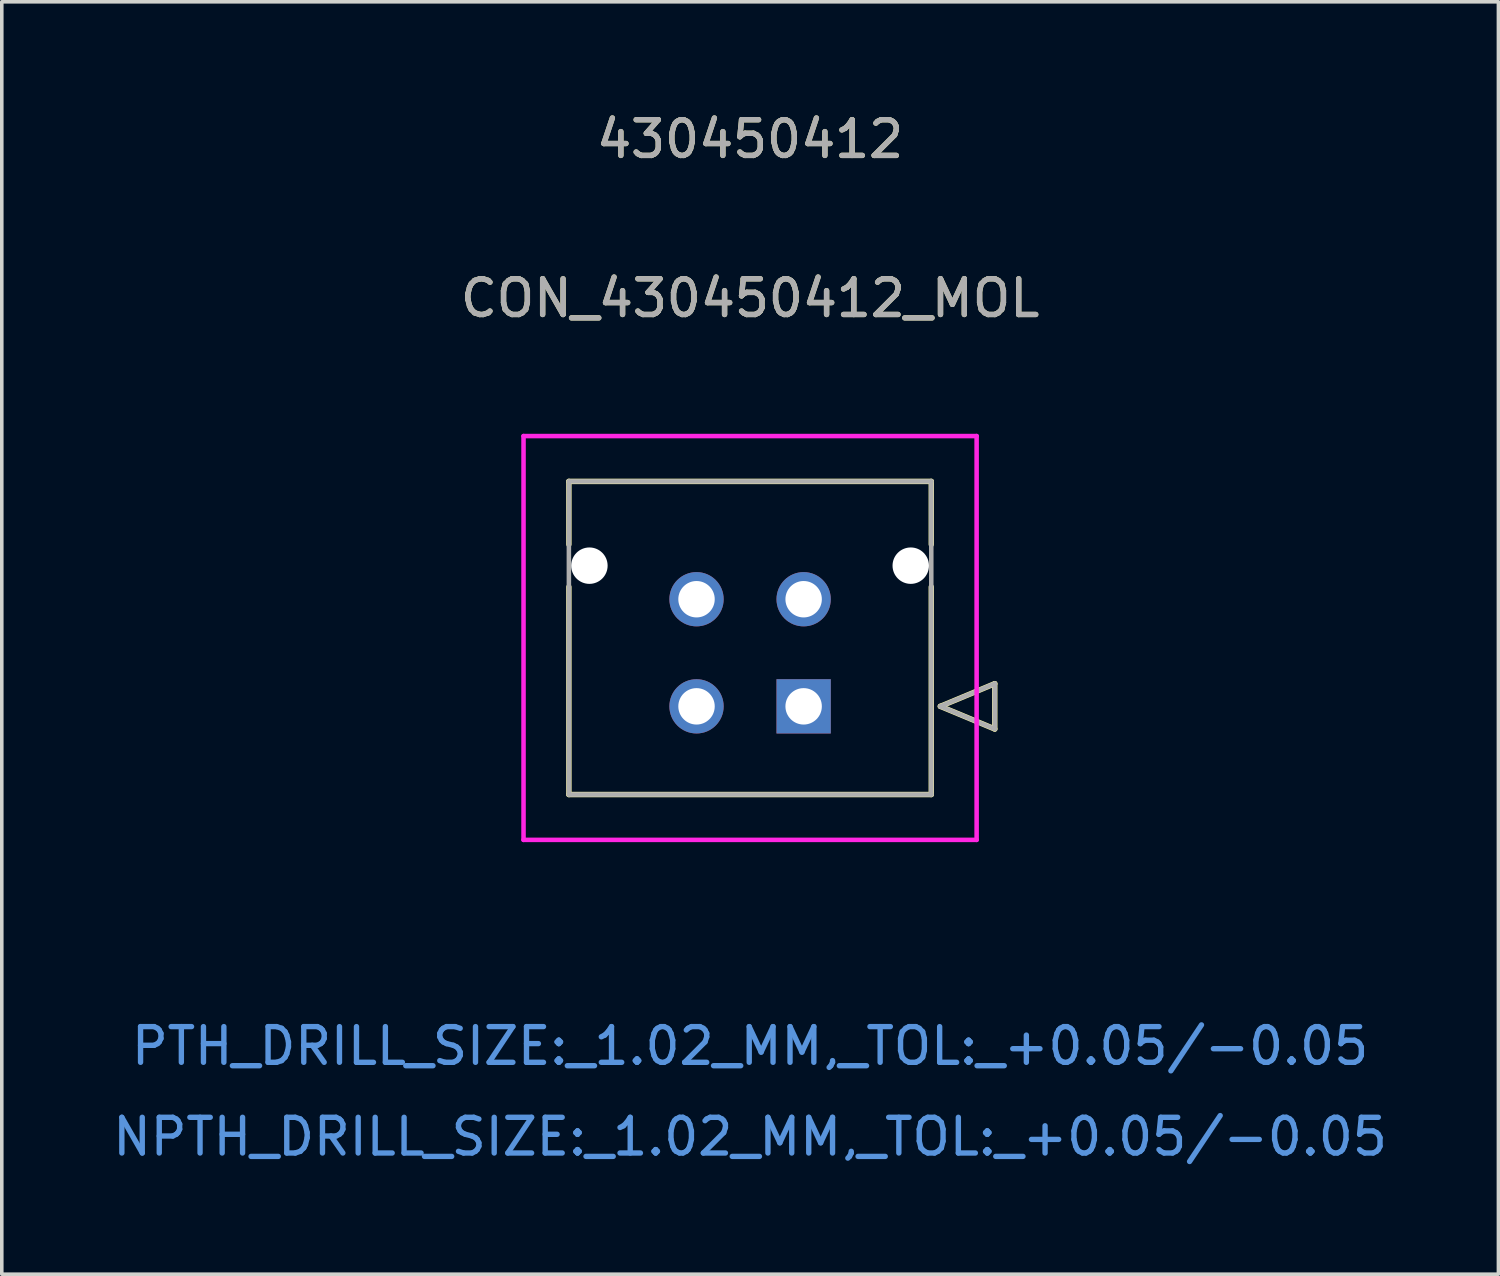
<source format=kicad_pcb>
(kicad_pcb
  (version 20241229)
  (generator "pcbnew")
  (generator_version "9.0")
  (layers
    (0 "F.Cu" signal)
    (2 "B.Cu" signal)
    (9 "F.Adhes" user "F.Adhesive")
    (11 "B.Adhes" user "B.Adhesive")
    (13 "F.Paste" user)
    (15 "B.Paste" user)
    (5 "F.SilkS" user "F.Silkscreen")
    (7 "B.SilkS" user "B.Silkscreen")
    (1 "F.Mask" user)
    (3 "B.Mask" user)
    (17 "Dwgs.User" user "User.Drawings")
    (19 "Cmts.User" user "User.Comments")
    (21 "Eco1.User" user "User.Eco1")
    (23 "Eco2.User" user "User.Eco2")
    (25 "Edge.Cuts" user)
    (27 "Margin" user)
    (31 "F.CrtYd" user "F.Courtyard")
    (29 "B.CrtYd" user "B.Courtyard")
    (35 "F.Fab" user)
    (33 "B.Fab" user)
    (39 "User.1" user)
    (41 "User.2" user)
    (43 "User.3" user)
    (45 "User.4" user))
  (footprint "CON_430450412_MOL"
    (layer "F.Cu")
    (at 19.458 16.733)
    (property "Reference" "CON_430450412_MOL" (at -1.5 -11.43 0) (unlocked yes) (layer "F.SilkS") (effects (font (size 1 1) (thickness 0.15))))
    (attr through_hole)
    (fp_line (start -6.575 -6.3) (end -6.575 -4.535) (stroke (width 0.152) (type solid)) (layer "F.SilkS"))
    (fp_line (start -6.575 -3.345) (end -6.575 2.47) (stroke (width 0.152) (type solid)) (layer "F.SilkS"))
    (fp_line (start -6.575 2.47) (end 3.575 2.47) (stroke (width 0.152) (type solid)) (layer "F.SilkS"))
    (fp_line (start 3.575 -6.3) (end -6.575 -6.3) (stroke (width 0.152) (type solid)) (layer "F.SilkS"))
    (fp_line (start 3.575 -4.535) (end 3.575 -6.3) (stroke (width 0.152) (type solid)) (layer "F.SilkS"))
    (fp_line (start 3.575 2.47) (end 3.575 -3.345) (stroke (width 0.152) (type solid)) (layer "F.SilkS"))
    (fp_line (start 3.829 0) (end 5.353 -0.635) (stroke (width 0.152) (type solid)) (layer "F.SilkS"))
    (fp_line (start 5.353 -0.635) (end 5.353 0.635) (stroke (width 0.152) (type solid)) (layer "F.SilkS"))
    (fp_line (start 5.353 0.635) (end 3.829 0) (stroke (width 0.152) (type solid)) (layer "F.SilkS"))
    (fp_line (start -7.845 -7.57) (end -7.845 3.74) (stroke (width 0.127) (type solid)) (layer "F.CrtYd"))
    (fp_line (start -7.845 3.74) (end 4.845 3.74) (stroke (width 0.127) (type solid)) (layer "F.CrtYd"))
    (fp_line (start 4.845 -7.57) (end -7.845 -7.57) (stroke (width 0.127) (type solid)) (layer "F.CrtYd"))
    (fp_line (start 4.845 3.74) (end 4.845 -7.57) (stroke (width 0.127) (type solid)) (layer "F.CrtYd"))
    (fp_line (start -6.575 -6.3) (end -6.575 2.47) (stroke (width 0.127) (type solid)) (layer "F.Fab"))
    (fp_line (start -6.575 2.47) (end 3.575 2.47) (stroke (width 0.127) (type solid)) (layer "F.Fab"))
    (fp_line (start 3.575 -6.3) (end -6.575 -6.3) (stroke (width 0.127) (type solid)) (layer "F.Fab"))
    (fp_line (start 3.575 2.47) (end 3.575 -6.3) (stroke (width 0.127) (type solid)) (layer "F.Fab"))
    (fp_line (start 3.829 0) (end 5.353 -0.635) (stroke (width 0.127) (type solid)) (layer "F.Fab"))
    (fp_line (start 5.353 -0.635) (end 5.353 0.635) (stroke (width 0.127) (type solid)) (layer "F.Fab"))
    (fp_line (start 5.353 0.635) (end 3.829 0) (stroke (width 0.127) (type solid)) (layer "F.Fab"))
    (fp_text user "430450412" (at -1.5 -15.885 0) (unlocked yes) (layer "F.SilkS") (effects (font (size 1 1) (thickness 0.15))))
    (fp_text user "PTH_DRILL_SIZE:_1.02_MM,_TOL:_+0.05/-0.05" (at -1.5 9.515 0) (unlocked yes) (layer "Cmts.User") (effects (font (size 1 1) (thickness 0.15))))
    (fp_text user "NPTH_DRILL_SIZE:_1.02_MM,_TOL:_+0.05/-0.05" (at -1.5 12.055 0) (unlocked yes) (layer "Cmts.User") (effects (font (size 1 1) (thickness 0.15))))
    (fp_text user "430450412" (at -1.5 -15.885 0) (unlocked yes) (layer "F.Fab") (effects (font (size 1 1) (thickness 0.15))))
    (fp_text user "${REFERENCE}" (at -1.5 -11.43 0) (unlocked yes) (layer "F.Fab") (effects (font (size 1 1) (thickness 0.15))))
    (pad "" np_thru_hole circle (at -6 -3.94) (size 1.02 1.02) (drill 1.02) (layers "*.Cu" "*.Mask"))
    (pad "" np_thru_hole circle (at 3 -3.94) (size 1.02 1.02) (drill 1.02) (layers "*.Cu" "*.Mask"))
    (pad "1" thru_hole rect (at 0 0) (size 1.52 1.52) (drill 1.02) (layers "*.Cu" "*.Mask"))
    (pad "2" thru_hole circle (at -3 0) (size 1.52 1.52) (drill 1.02) (layers "*.Cu" "*.Mask"))
    (pad "3" thru_hole circle (at 0 -3) (size 1.52 1.52) (drill 1.02) (layers "*.Cu" "*.Mask"))
    (pad "4" thru_hole circle (at -3 -3) (size 1.52 1.52) (drill 1.02) (layers "*.Cu" "*.Mask")))
  (gr_rect
    (start -3 -3)
    (end 38.917 32.637)
    (stroke (width 0.1) (type default))
    (fill no)
    (layer "Edge.Cuts")))
</source>
